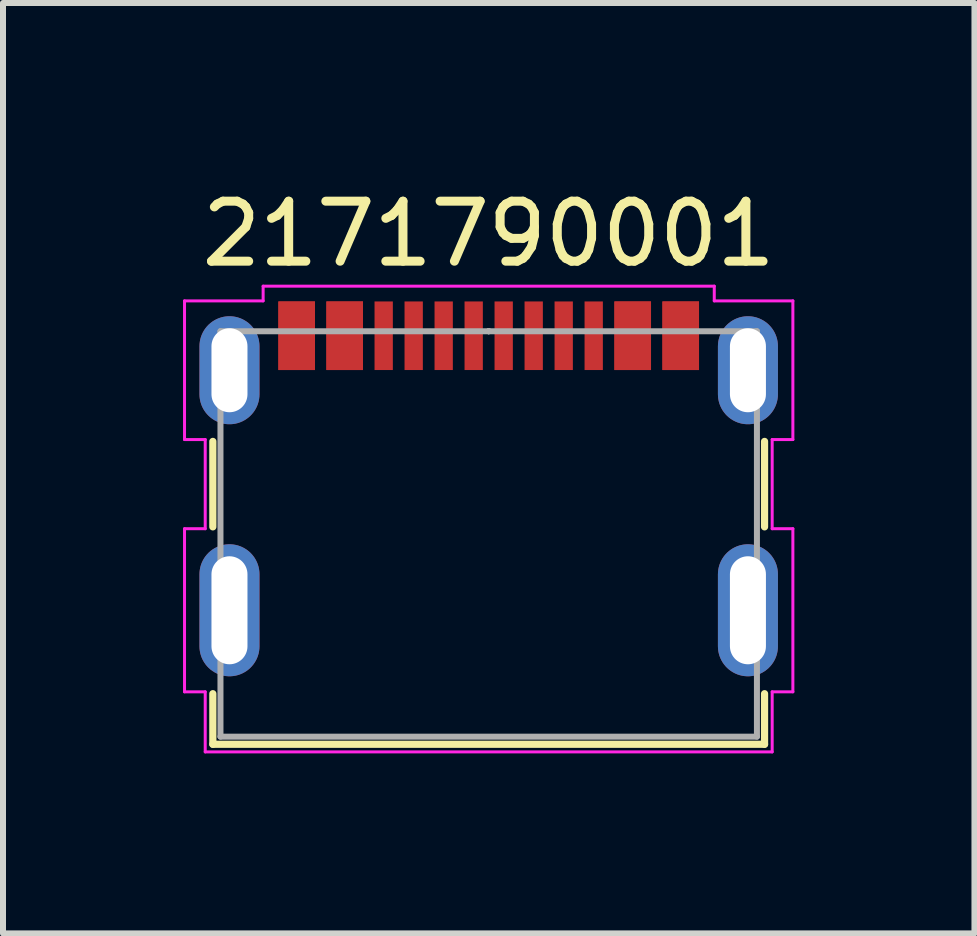
<source format=kicad_pcb>
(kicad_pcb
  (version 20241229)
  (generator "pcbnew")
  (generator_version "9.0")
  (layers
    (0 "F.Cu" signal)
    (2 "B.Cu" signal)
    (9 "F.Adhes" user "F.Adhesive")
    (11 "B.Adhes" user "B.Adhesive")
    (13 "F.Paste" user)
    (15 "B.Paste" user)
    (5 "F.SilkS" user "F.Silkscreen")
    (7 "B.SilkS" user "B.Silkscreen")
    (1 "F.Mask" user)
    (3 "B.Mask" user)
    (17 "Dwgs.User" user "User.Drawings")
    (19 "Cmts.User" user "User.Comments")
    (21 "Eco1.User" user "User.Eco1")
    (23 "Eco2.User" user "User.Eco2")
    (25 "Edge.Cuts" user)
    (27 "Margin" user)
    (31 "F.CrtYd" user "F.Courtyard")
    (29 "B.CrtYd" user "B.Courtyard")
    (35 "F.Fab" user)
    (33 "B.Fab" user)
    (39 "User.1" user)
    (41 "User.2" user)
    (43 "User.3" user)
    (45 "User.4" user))
  (footprint "2171790001"
    (layer "F.Cu")
    (at 5.094 5.848)
    (property "Reference" "2171790001" (at 0 -5 0) (layer "F.SilkS") (effects (font (size 1 1) (thickness 0.15))))
    (attr through_hole)
    (fp_line (start -4.597 -1.542) (end -4.597 -0.118) (stroke (width 0.12) (type solid)) (layer "F.SilkS"))
    (fp_line (start -4.597 2.662) (end -4.597 3.505) (stroke (width 0.12) (type solid)) (layer "F.SilkS"))
    (fp_line (start -4.597 3.505) (end 4.597 3.505) (stroke (width 0.12) (type solid)) (layer "F.SilkS"))
    (fp_line (start 4.597 -0.118) (end 4.597 -1.542) (stroke (width 0.12) (type solid)) (layer "F.SilkS"))
    (fp_line (start 4.597 3.505) (end 4.597 2.662) (stroke (width 0.12) (type solid)) (layer "F.SilkS"))
    (fp_line (start -5.069 -3.884) (end -5.069 -1.573) (stroke (width 0.05) (type solid)) (layer "F.CrtYd"))
    (fp_line (start -5.069 -1.573) (end -4.724 -1.573) (stroke (width 0.05) (type solid)) (layer "F.CrtYd"))
    (fp_line (start -5.069 -0.087) (end -5.069 2.631) (stroke (width 0.05) (type solid)) (layer "F.CrtYd"))
    (fp_line (start -5.069 2.631) (end -4.724 2.631) (stroke (width 0.05) (type solid)) (layer "F.CrtYd"))
    (fp_line (start -4.724 -1.573) (end -4.724 -0.087) (stroke (width 0.05) (type solid)) (layer "F.CrtYd"))
    (fp_line (start -4.724 -0.087) (end -5.069 -0.087) (stroke (width 0.05) (type solid)) (layer "F.CrtYd"))
    (fp_line (start -4.724 2.631) (end -4.724 3.632) (stroke (width 0.05) (type solid)) (layer "F.CrtYd"))
    (fp_line (start -4.724 3.632) (end 4.724 3.632) (stroke (width 0.05) (type solid)) (layer "F.CrtYd"))
    (fp_line (start -3.759 -4.129) (end -3.759 -3.884) (stroke (width 0.05) (type solid)) (layer "F.CrtYd"))
    (fp_line (start -3.759 -3.884) (end -5.069 -3.884) (stroke (width 0.05) (type solid)) (layer "F.CrtYd"))
    (fp_line (start 3.759 -4.129) (end -3.759 -4.129) (stroke (width 0.05) (type solid)) (layer "F.CrtYd"))
    (fp_line (start 3.759 -3.884) (end 3.759 -4.129) (stroke (width 0.05) (type solid)) (layer "F.CrtYd"))
    (fp_line (start 4.724 -1.573) (end 5.069 -1.573) (stroke (width 0.05) (type solid)) (layer "F.CrtYd"))
    (fp_line (start 4.724 -0.087) (end 4.724 -1.573) (stroke (width 0.05) (type solid)) (layer "F.CrtYd"))
    (fp_line (start 4.724 2.631) (end 5.069 2.631) (stroke (width 0.05) (type solid)) (layer "F.CrtYd"))
    (fp_line (start 4.724 3.632) (end 4.724 2.631) (stroke (width 0.05) (type solid)) (layer "F.CrtYd"))
    (fp_line (start 5.069 -3.884) (end 3.759 -3.884) (stroke (width 0.05) (type solid)) (layer "F.CrtYd"))
    (fp_line (start 5.069 -1.573) (end 5.069 -3.884) (stroke (width 0.05) (type solid)) (layer "F.CrtYd"))
    (fp_line (start 5.069 -0.087) (end 4.724 -0.087) (stroke (width 0.05) (type solid)) (layer "F.CrtYd"))
    (fp_line (start 5.069 2.631) (end 5.069 -0.087) (stroke (width 0.05) (type solid)) (layer "F.CrtYd"))
    (fp_line (start -4.47 -3.378) (end -4.47 3.378) (stroke (width 0.1) (type solid)) (layer "F.Fab"))
    (fp_line (start -4.47 3.378) (end 4.47 3.378) (stroke (width 0.1) (type solid)) (layer "F.Fab"))
    (fp_line (start 0 -3.378) (end 0 -3.378) (stroke (width 0.1) (type solid)) (layer "F.Fab"))
    (fp_line (start 0 -3.378) (end 0 -3.378) (stroke (width 0.1) (type solid)) (layer "F.Fab"))
    (fp_line (start 0 -3.378) (end 0 -3.378) (stroke (width 0.1) (type solid)) (layer "F.Fab"))
    (fp_line (start 0 -3.378) (end 0 -3.378) (stroke (width 0.1) (type solid)) (layer "F.Fab"))
    (fp_line (start 4.47 -3.378) (end -4.47 -3.378) (stroke (width 0.1) (type solid)) (layer "F.Fab"))
    (fp_line (start 4.47 3.378) (end 4.47 -3.378) (stroke (width 0.1) (type solid)) (layer "F.Fab"))
    (pad "A1" smd rect (at -3.2 -3.303) (size 0.61 1.143) (layers "F.Cu" "F.Mask" "F.Paste"))
    (pad "A4" smd rect (at -2.4 -3.303) (size 0.61 1.143) (layers "F.Cu" "F.Mask" "F.Paste"))
    (pad "A5" smd rect (at -1.25 -3.303) (size 0.305 1.143) (layers "F.Cu" "F.Mask" "F.Paste"))
    (pad "A6" smd rect (at -0.25 -3.303) (size 0.305 1.143) (layers "F.Cu" "F.Mask" "F.Paste"))
    (pad "A7" smd rect (at 0.25 -3.303) (size 0.305 1.143) (layers "F.Cu" "F.Mask" "F.Paste"))
    (pad "A8" smd rect (at 1.25 -3.303) (size 0.305 1.143) (layers "F.Cu" "F.Mask" "F.Paste"))
    (pad "A9" smd rect (at 2.4 -3.303) (size 0.61 1.143) (layers "F.Cu" "F.Mask" "F.Paste"))
    (pad "A12" smd rect (at 3.2 -3.303) (size 0.61 1.143) (layers "F.Cu" "F.Mask" "F.Paste"))
    (pad "B1" smd rect (at 3.2 -3.303) (size 0.61 1.143) (layers "F.Cu" "F.Mask" "F.Paste"))
    (pad "B4" smd rect (at 2.4 -3.303) (size 0.61 1.143) (layers "F.Cu" "F.Mask" "F.Paste"))
    (pad "B5" smd rect (at 1.75 -3.303) (size 0.305 1.143) (layers "F.Cu" "F.Mask" "F.Paste"))
    (pad "B6" smd rect (at 0.75 -3.303) (size 0.305 1.143) (layers "F.Cu" "F.Mask" "F.Paste"))
    (pad "B7" smd rect (at -0.75 -3.303) (size 0.305 1.143) (layers "F.Cu" "F.Mask" "F.Paste"))
    (pad "B8" smd rect (at -1.75 -3.303) (size 0.305 1.143) (layers "F.Cu" "F.Mask" "F.Paste"))
    (pad "B9" smd rect (at -2.4 -3.303) (size 0.61 1.143) (layers "F.Cu" "F.Mask" "F.Paste"))
    (pad "B12" smd rect (at -3.2 -3.303) (size 0.61 1.143) (layers "F.Cu" "F.Mask" "F.Paste"))
    (pad "S1" thru_hole oval (at -4.32 -2.728) (size 1 1.8) (drill oval 0.6 1.4) (layers "*.Cu" "*.Mask"))
    (pad "S1" thru_hole oval (at -4.32 1.272) (size 1 2.2) (drill oval 0.6 1.8) (layers "*.Cu" "*.Mask"))
    (pad "S1" thru_hole oval (at 4.32 -2.728) (size 1 1.8) (drill oval 0.6 1.4) (layers "*.Cu" "*.Mask"))
    (pad "S1" thru_hole oval (at 4.32 1.272) (size 1 2.2) (drill oval 0.6 1.8) (layers "*.Cu" "*.Mask")))
  (gr_rect
    (start -3 -3)
    (end 13.189 12.505)
    (stroke (width 0.1) (type default))
    (fill no)
    (layer "Edge.Cuts")))
</source>
